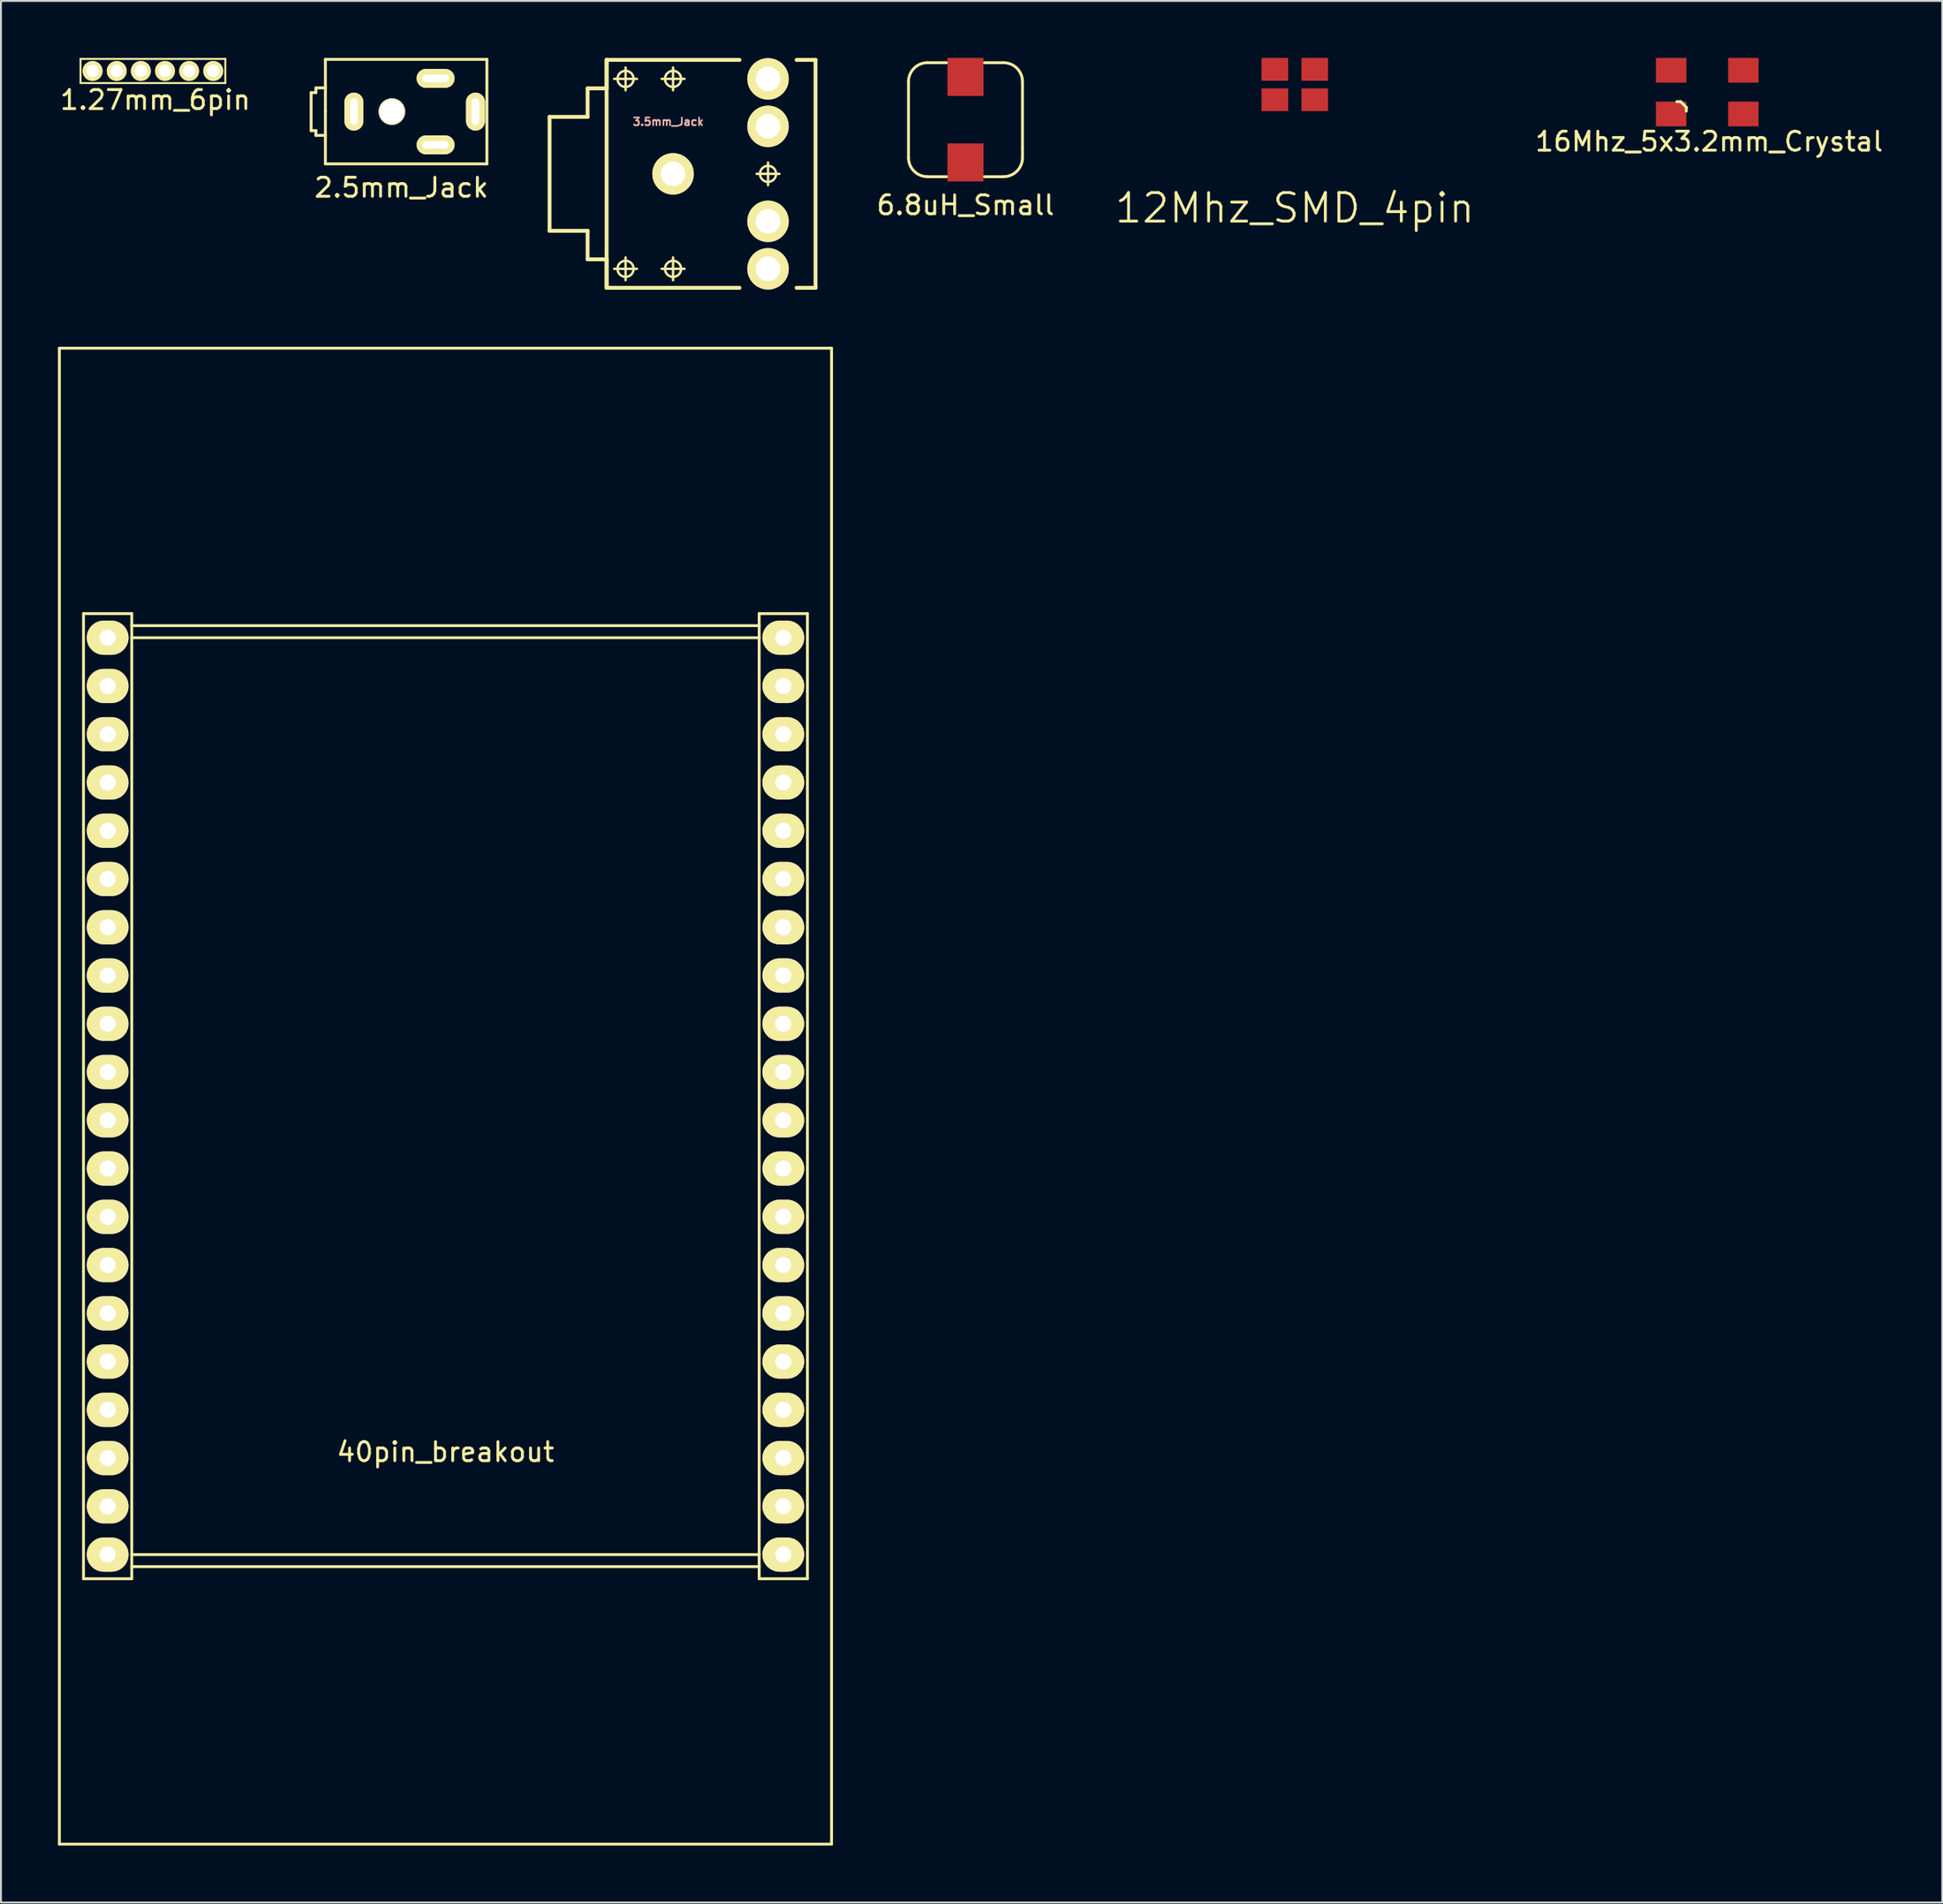
<source format=kicad_pcb>
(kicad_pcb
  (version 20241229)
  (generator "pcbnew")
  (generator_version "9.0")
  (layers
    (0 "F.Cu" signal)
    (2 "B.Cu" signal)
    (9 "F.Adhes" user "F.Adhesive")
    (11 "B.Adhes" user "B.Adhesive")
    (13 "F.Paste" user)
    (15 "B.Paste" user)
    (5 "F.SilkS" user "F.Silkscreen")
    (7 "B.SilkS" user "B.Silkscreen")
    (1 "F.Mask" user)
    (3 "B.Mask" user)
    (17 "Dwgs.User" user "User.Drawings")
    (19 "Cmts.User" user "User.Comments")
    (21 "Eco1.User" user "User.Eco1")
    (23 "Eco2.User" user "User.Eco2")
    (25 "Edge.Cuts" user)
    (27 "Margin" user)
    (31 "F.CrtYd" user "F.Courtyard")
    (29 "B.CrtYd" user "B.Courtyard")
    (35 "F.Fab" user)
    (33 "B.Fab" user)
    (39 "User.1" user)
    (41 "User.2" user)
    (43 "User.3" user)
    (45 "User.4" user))
  (footprint "3.5mm_Jack"
    (layer "F.Cu")
    (at 32.373 6.101)
    (property "Reference" "3.5mm_Jack" (at -0.254 -2.743 0) (layer "B.SilkS") (effects (font (size 0.406 0.406) (thickness 0.089))))
    (attr exclude_from_pos_files exclude_from_bom)
    (fp_line (start -6.5 -3) (end -6.5 3) (stroke (width 0.203) (type solid)) (layer "F.SilkS"))
    (fp_line (start -6.5 -3) (end -4.498 -3) (stroke (width 0.203) (type solid)) (layer "F.SilkS"))
    (fp_line (start -6.5 3) (end -4.498 3) (stroke (width 0.203) (type solid)) (layer "F.SilkS"))
    (fp_line (start -4.498 -4.498) (end -4.498 -3) (stroke (width 0.203) (type solid)) (layer "F.SilkS"))
    (fp_line (start -4.498 -4.498) (end -3.498 -4.498) (stroke (width 0.203) (type solid)) (layer "F.SilkS"))
    (fp_line (start -4.498 3) (end -4.498 4.498) (stroke (width 0.203) (type solid)) (layer "F.SilkS"))
    (fp_line (start -4.498 4.498) (end -3.498 4.498) (stroke (width 0.203) (type solid)) (layer "F.SilkS"))
    (fp_line (start -3.498 -5.999) (end -3.498 -4.498) (stroke (width 0.203) (type solid)) (layer "F.SilkS"))
    (fp_line (start -3.498 -5.999) (end -3.498 5.999) (stroke (width 0.203) (type solid)) (layer "F.SilkS"))
    (fp_line (start -3.498 -5.999) (end 3.498 -5.999) (stroke (width 0.203) (type solid)) (layer "F.SilkS"))
    (fp_line (start -3.498 4.498) (end -3.498 5.999) (stroke (width 0.203) (type solid)) (layer "F.SilkS"))
    (fp_line (start -3.498 5.999) (end 3.498 5.999) (stroke (width 0.203) (type solid)) (layer "F.SilkS"))
    (fp_line (start -3.099 -4.999) (end -1.9 -4.999) (stroke (width 0.127) (type solid)) (layer "F.SilkS"))
    (fp_line (start -3.099 4.999) (end -1.9 4.999) (stroke (width 0.127) (type solid)) (layer "F.SilkS"))
    (fp_line (start -2.499 -4.399) (end -2.499 -5.598) (stroke (width 0.127) (type solid)) (layer "F.SilkS"))
    (fp_line (start -2.499 5.598) (end -2.499 4.399) (stroke (width 0.127) (type solid)) (layer "F.SilkS"))
    (fp_line (start -0.599 -4.999) (end 0.599 -4.999) (stroke (width 0.127) (type solid)) (layer "F.SilkS"))
    (fp_line (start -0.599 4.999) (end 0.599 4.999) (stroke (width 0.127) (type solid)) (layer "F.SilkS"))
    (fp_line (start 0 -4.399) (end 0 -5.598) (stroke (width 0.127) (type solid)) (layer "F.SilkS"))
    (fp_line (start 0 5.598) (end 0 4.399) (stroke (width 0.127) (type solid)) (layer "F.SilkS"))
    (fp_line (start 4.399 0) (end 5.598 0) (stroke (width 0.127) (type solid)) (layer "F.SilkS"))
    (fp_line (start 4.999 0.599) (end 4.999 -0.599) (stroke (width 0.127) (type solid)) (layer "F.SilkS"))
    (fp_line (start 7.498 -5.999) (end 6.5 -5.999) (stroke (width 0.203) (type solid)) (layer "F.SilkS"))
    (fp_line (start 7.498 -5.999) (end 7.498 5.999) (stroke (width 0.203) (type solid)) (layer "F.SilkS"))
    (fp_line (start 7.498 5.999) (end 6.5 5.999) (stroke (width 0.203) (type solid)) (layer "F.SilkS"))
    (fp_circle (center -2.499 -4.999) (end -2.799 -5.298) (stroke (width 0.127) (type solid)) (fill no) (layer "F.SilkS"))
    (fp_circle (center -2.499 4.999) (end -2.799 5.298) (stroke (width 0.127) (type solid)) (fill no) (layer "F.SilkS"))
    (fp_circle (center 0 -4.999) (end -0.3 -5.298) (stroke (width 0.127) (type solid)) (fill no) (layer "F.SilkS"))
    (fp_circle (center 0 4.999) (end -0.3 5.298) (stroke (width 0.127) (type solid)) (fill no) (layer "F.SilkS"))
    (fp_circle (center 4.999 0) (end 5.298 0.3) (stroke (width 0.127) (type solid)) (fill no) (layer "F.SilkS"))
    (pad "1" thru_hole circle (at 0 0) (size 2.182 2.182) (drill 1.298) (layers "*.Cu" "*.Mask" "F.SilkS" "F.Paste"))
    (pad "2" thru_hole circle (at 4.999 -4.999) (size 2.182 2.182) (drill 1.298) (layers "*.Cu" "*.Mask" "F.SilkS" "F.Paste"))
    (pad "3" thru_hole circle (at 4.999 -2.499) (size 2.182 2.182) (drill 1.298) (layers "*.Cu" "*.Mask" "F.SilkS" "F.Paste"))
    (pad "4" thru_hole circle (at 4.999 2.499) (size 2.182 2.182) (drill 1.298) (layers "*.Cu" "*.Mask" "F.SilkS" "F.Paste"))
    (pad "5" thru_hole circle (at 4.999 4.999) (size 2.182 2.182) (drill 1.298) (layers "*.Cu" "*.Mask" "F.SilkS" "F.Paste")))
  (footprint "40pin_breakout"
    (layer "F.Cu")
    (at 20.395 53.377)
    (property "Reference" "40pin_breakout" (at 0 20 0) (layer "F.SilkS") (effects (font (size 1 1) (thickness 0.15))))
    (attr through_hole)
    (fp_line (start -20.32 -38.1) (end -20.32 40.64) (stroke (width 0.15) (type solid)) (layer "F.SilkS"))
    (fp_line (start -20.32 -38.1) (end 20.32 -38.1) (stroke (width 0.15) (type solid)) (layer "F.SilkS"))
    (fp_line (start -20.32 40.64) (end 20.32 40.64) (stroke (width 0.15) (type solid)) (layer "F.SilkS"))
    (fp_line (start -19.05 -24.13) (end -19.05 26.67) (stroke (width 0.15) (type solid)) (layer "F.SilkS"))
    (fp_line (start -19.05 26.67) (end -16.51 26.67) (stroke (width 0.15) (type solid)) (layer "F.SilkS"))
    (fp_line (start -16.51 -24.13) (end -19.05 -24.13) (stroke (width 0.15) (type solid)) (layer "F.SilkS"))
    (fp_line (start -16.51 -23.495) (end 16.51 -23.495) (stroke (width 0.15) (type solid)) (layer "F.SilkS"))
    (fp_line (start -16.51 -22.86) (end 16.51 -22.86) (stroke (width 0.15) (type solid)) (layer "F.SilkS"))
    (fp_line (start -16.51 26.035) (end 16.51 26.035) (stroke (width 0.15) (type solid)) (layer "F.SilkS"))
    (fp_line (start -16.51 26.67) (end -16.51 -24.13) (stroke (width 0.15) (type solid)) (layer "F.SilkS"))
    (fp_line (start 16.51 -24.13) (end 16.51 26.67) (stroke (width 0.15) (type solid)) (layer "F.SilkS"))
    (fp_line (start 16.51 25.4) (end -16.51 25.4) (stroke (width 0.15) (type solid)) (layer "F.SilkS"))
    (fp_line (start 16.51 26.67) (end 19.05 26.67) (stroke (width 0.15) (type solid)) (layer "F.SilkS"))
    (fp_line (start 19.05 -24.13) (end 16.51 -24.13) (stroke (width 0.15) (type solid)) (layer "F.SilkS"))
    (fp_line (start 19.05 26.67) (end 19.05 -24.13) (stroke (width 0.15) (type solid)) (layer "F.SilkS"))
    (fp_line (start 20.32 40.64) (end 20.32 -38.1) (stroke (width 0.15) (type solid)) (layer "F.SilkS"))
    (pad "1" thru_hole oval (at -17.78 -22.86) (size 2.2 1.8) (drill 0.85) (layers "*.Cu" "*.Mask" "F.SilkS"))
    (pad "2" thru_hole oval (at -17.78 -20.32) (size 2.2 1.8) (drill 0.85) (layers "*.Cu" "*.Mask" "F.SilkS"))
    (pad "3" thru_hole oval (at -17.78 -17.78) (size 2.2 1.8) (drill 0.85) (layers "*.Cu" "*.Mask" "F.SilkS"))
    (pad "4" thru_hole oval (at -17.78 -15.24) (size 2.2 1.8) (drill 0.85) (layers "*.Cu" "*.Mask" "F.SilkS"))
    (pad "5" thru_hole oval (at -17.78 -12.7) (size 2.2 1.8) (drill 0.85) (layers "*.Cu" "*.Mask" "F.SilkS"))
    (pad "6" thru_hole oval (at -17.78 -10.16) (size 2.2 1.8) (drill 0.85) (layers "*.Cu" "*.Mask" "F.SilkS"))
    (pad "7" thru_hole oval (at -17.78 -7.62) (size 2.2 1.8) (drill 0.85) (layers "*.Cu" "*.Mask" "F.SilkS"))
    (pad "8" thru_hole oval (at -17.78 -5.08) (size 2.2 1.8) (drill 0.85) (layers "*.Cu" "*.Mask" "F.SilkS"))
    (pad "9" thru_hole oval (at -17.78 -2.54) (size 2.2 1.8) (drill 0.85) (layers "*.Cu" "*.Mask" "F.SilkS"))
    (pad "10" thru_hole oval (at -17.78 0) (size 2.2 1.8) (drill 0.85) (layers "*.Cu" "*.Mask" "F.SilkS"))
    (pad "11" thru_hole oval (at -17.78 2.54) (size 2.2 1.8) (drill 0.85) (layers "*.Cu" "*.Mask" "F.SilkS"))
    (pad "12" thru_hole oval (at -17.78 5.08) (size 2.2 1.8) (drill 0.85) (layers "*.Cu" "*.Mask" "F.SilkS"))
    (pad "13" thru_hole oval (at -17.78 7.62) (size 2.2 1.8) (drill 0.85) (layers "*.Cu" "*.Mask" "F.SilkS"))
    (pad "14" thru_hole oval (at -17.78 10.16) (size 2.2 1.8) (drill 0.85) (layers "*.Cu" "*.Mask" "F.SilkS"))
    (pad "15" thru_hole oval (at -17.78 12.7) (size 2.2 1.8) (drill 0.85) (layers "*.Cu" "*.Mask" "F.SilkS"))
    (pad "16" thru_hole oval (at -17.78 15.24) (size 2.2 1.8) (drill 0.85) (layers "*.Cu" "*.Mask" "F.SilkS"))
    (pad "17" thru_hole oval (at -17.78 17.78) (size 2.2 1.8) (drill 0.85) (layers "*.Cu" "*.Mask" "F.SilkS"))
    (pad "18" thru_hole oval (at -17.78 20.32) (size 2.2 1.8) (drill 0.85) (layers "*.Cu" "*.Mask" "F.SilkS"))
    (pad "19" thru_hole oval (at -17.78 22.86) (size 2.2 1.8) (drill 0.85) (layers "*.Cu" "*.Mask" "F.SilkS"))
    (pad "20" thru_hole oval (at -17.78 25.4) (size 2.2 1.8) (drill 0.85) (layers "*.Cu" "*.Mask" "F.SilkS"))
    (pad "21" thru_hole oval (at 17.78 25.4) (size 2.2 1.8) (drill 0.85) (layers "*.Cu" "*.Mask" "F.SilkS"))
    (pad "22" thru_hole oval (at 17.78 22.86) (size 2.2 1.8) (drill 0.85) (layers "*.Cu" "*.Mask" "F.SilkS"))
    (pad "23" thru_hole oval (at 17.78 20.32) (size 2.2 1.8) (drill 0.85) (layers "*.Cu" "*.Mask" "F.SilkS"))
    (pad "24" thru_hole oval (at 17.78 17.78) (size 2.2 1.8) (drill 0.85) (layers "*.Cu" "*.Mask" "F.SilkS"))
    (pad "25" thru_hole oval (at 17.78 15.24) (size 2.2 1.8) (drill 0.85) (layers "*.Cu" "*.Mask" "F.SilkS"))
    (pad "26" thru_hole oval (at 17.78 12.7) (size 2.2 1.8) (drill 0.85) (layers "*.Cu" "*.Mask" "F.SilkS"))
    (pad "27" thru_hole oval (at 17.78 10.16) (size 2.2 1.8) (drill 0.85) (layers "*.Cu" "*.Mask" "F.SilkS"))
    (pad "28" thru_hole oval (at 17.78 7.62) (size 2.2 1.8) (drill 0.85) (layers "*.Cu" "*.Mask" "F.SilkS"))
    (pad "29" thru_hole oval (at 17.78 5.08) (size 2.2 1.8) (drill 0.85) (layers "*.Cu" "*.Mask" "F.SilkS"))
    (pad "30" thru_hole oval (at 17.78 2.54) (size 2.2 1.8) (drill 0.85) (layers "*.Cu" "*.Mask" "F.SilkS"))
    (pad "31" thru_hole oval (at 17.78 0) (size 2.2 1.8) (drill 0.85) (layers "*.Cu" "*.Mask" "F.SilkS"))
    (pad "32" thru_hole oval (at 17.78 -2.54) (size 2.2 1.8) (drill 0.85) (layers "*.Cu" "*.Mask" "F.SilkS"))
    (pad "33" thru_hole oval (at 17.78 -5.08) (size 2.2 1.8) (drill 0.85) (layers "*.Cu" "*.Mask" "F.SilkS"))
    (pad "34" thru_hole oval (at 17.78 -7.62) (size 2.2 1.8) (drill 0.85) (layers "*.Cu" "*.Mask" "F.SilkS"))
    (pad "35" thru_hole oval (at 17.78 -10.16) (size 2.2 1.8) (drill 0.85) (layers "*.Cu" "*.Mask" "F.SilkS"))
    (pad "36" thru_hole oval (at 17.78 -12.7) (size 2.2 1.8) (drill 0.85) (layers "*.Cu" "*.Mask" "F.SilkS"))
    (pad "37" thru_hole oval (at 17.78 -15.24) (size 2.2 1.8) (drill 0.85) (layers "*.Cu" "*.Mask" "F.SilkS"))
    (pad "38" thru_hole oval (at 17.78 -17.78) (size 2.2 1.8) (drill 0.85) (layers "*.Cu" "*.Mask" "F.SilkS"))
    (pad "39" thru_hole oval (at 17.78 -20.32) (size 2.2 1.8) (drill 0.85) (layers "*.Cu" "*.Mask" "F.SilkS"))
    (pad "40" thru_hole oval (at 17.78 -22.86) (size 2.2 1.8) (drill 0.85) (layers "*.Cu" "*.Mask" "F.SilkS")))
  (footprint "2.5mm_Jack"
    (layer "F.Cu")
    (at 14.075 2.825)
    (property "Reference" "2.5mm_Jack" (at 4 4 0) (layer "F.SilkS") (effects (font (size 1 1) (thickness 0.15))))
    (attr through_hole)
    (fp_line (start -0.75 -1) (end -0.75 1) (stroke (width 0.15) (type solid)) (layer "F.SilkS"))
    (fp_line (start -0.75 1) (end -0.5 1) (stroke (width 0.15) (type solid)) (layer "F.SilkS"))
    (fp_line (start -0.5 -1.25) (end -0.5 -1) (stroke (width 0.15) (type solid)) (layer "F.SilkS"))
    (fp_line (start -0.5 -1) (end -0.75 -1) (stroke (width 0.15) (type solid)) (layer "F.SilkS"))
    (fp_line (start -0.5 1) (end -0.5 1.25) (stroke (width 0.15) (type solid)) (layer "F.SilkS"))
    (fp_line (start -0.5 1.25) (end 0 1.25) (stroke (width 0.15) (type solid)) (layer "F.SilkS"))
    (fp_line (start 0 -2.75) (end 0 0) (stroke (width 0.15) (type solid)) (layer "F.SilkS"))
    (fp_line (start 0 -1.25) (end -0.5 -1.25) (stroke (width 0.15) (type solid)) (layer "F.SilkS"))
    (fp_line (start 0 2.75) (end 0 0) (stroke (width 0.15) (type solid)) (layer "F.SilkS"))
    (fp_line (start 8.5 -2.75) (end 0 -2.75) (stroke (width 0.15) (type solid)) (layer "F.SilkS"))
    (fp_line (start 8.5 2.75) (end 0 2.75) (stroke (width 0.15) (type solid)) (layer "F.SilkS"))
    (fp_line (start 8.5 2.75) (end 8.5 -2.75) (stroke (width 0.15) (type solid)) (layer "F.SilkS"))
    (pad "" thru_hole circle (at 3.5 0) (size 1.4 1.4) (drill 1.3) (layers "*.Cu" "*.Mask" "F.SilkS"))
    (pad "1" thru_hole oval (at 1.5 0) (size 1 2) (drill oval 0.4 1.4) (layers "*.Cu" "*.Mask" "F.SilkS"))
    (pad "2" thru_hole oval (at 5.8 1.75) (size 2 1) (drill oval 1.4 0.4) (layers "*.Cu" "*.Mask" "F.SilkS"))
    (pad "3" thru_hole oval (at 5.8 -1.75) (size 2 1) (drill oval 1.4 0.4) (layers "*.Cu" "*.Mask" "F.SilkS"))
    (pad "4" thru_hole oval (at 7.9 0) (size 1 2) (drill oval 0.4 1.4) (layers "*.Cu" "*.Mask" "F.SilkS")))
  (footprint "1.27mm_6pin"
    (layer "F.Cu")
    (at 1.823 0.686)
    (property "Reference" "1.27mm_6pin" (at 3.302 1.524 0) (layer "F.SilkS") (effects (font (size 1 1) (thickness 0.15))))
    (attr through_hole)
    (fp_line (start -0.635 -0.635) (end -0.635 0.635) (stroke (width 0.102) (type solid)) (layer "F.SilkS"))
    (fp_line (start -0.635 0.635) (end 6.985 0.635) (stroke (width 0.102) (type solid)) (layer "F.SilkS"))
    (fp_line (start 6.985 -0.635) (end -0.635 -0.635) (stroke (width 0.102) (type solid)) (layer "F.SilkS"))
    (fp_line (start 6.985 0.635) (end 6.985 -0.635) (stroke (width 0.102) (type solid)) (layer "F.SilkS"))
    (pad "1" thru_hole circle (at 0 0) (size 1.05 1.05) (drill 0.65) (layers "*.Cu" "*.Mask" "F.SilkS"))
    (pad "2" thru_hole circle (at 1.27 0) (size 1.05 1.05) (drill 0.65) (layers "*.Cu" "*.Mask" "F.SilkS"))
    (pad "3" thru_hole circle (at 2.54 0) (size 1.05 1.05) (drill 0.65) (layers "*.Cu" "*.Mask" "F.SilkS"))
    (pad "4" thru_hole circle (at 3.81 0) (size 1.05 1.05) (drill 0.65) (layers "*.Cu" "*.Mask" "F.SilkS"))
    (pad "5" thru_hole circle (at 5.08 0) (size 1.05 1.05) (drill 0.65) (layers "*.Cu" "*.Mask" "F.SilkS"))
    (pad "6" thru_hole circle (at 6.35 0) (size 1.05 1.05) (drill 0.65) (layers "*.Cu" "*.Mask" "F.SilkS")))
  (footprint "6.8uH_Small"
    (layer "F.Cu")
    (at 47.764 3.25)
    (property "Reference" "6.8uH_Small" (at 0 4.5 0) (layer "F.SilkS") (effects (font (size 1 1) (thickness 0.15))))
    (attr through_hole)
    (fp_line (start -3 -2) (end -3 2) (stroke (width 0.15) (type solid)) (layer "F.SilkS"))
    (fp_line (start -2 -3) (end -1 -3) (stroke (width 0.15) (type solid)) (layer "F.SilkS"))
    (fp_line (start -1 3) (end -2 3) (stroke (width 0.15) (type solid)) (layer "F.SilkS"))
    (fp_line (start 1 -3) (end 2 -3) (stroke (width 0.15) (type solid)) (layer "F.SilkS"))
    (fp_line (start 1 3) (end 2 3) (stroke (width 0.15) (type solid)) (layer "F.SilkS"))
    (fp_line (start 3 -2) (end 3 1.5) (stroke (width 0.15) (type solid)) (layer "F.SilkS"))
    (fp_line (start 3 2) (end 3 1.5) (stroke (width 0.15) (type solid)) (layer "F.SilkS"))
    (fp_arc (start -3 -2) (mid -2.707107 -2.707107) (end -2 -3) (stroke (width 0.15) (type solid)) (layer "F.SilkS"))
    (fp_arc (start -2 3) (mid -2.707107 2.707107) (end -3 2) (stroke (width 0.15) (type solid)) (layer "F.SilkS"))
    (fp_arc (start 2 -3) (mid 2.707107 -2.707107) (end 3 -2) (stroke (width 0.15) (type solid)) (layer "F.SilkS"))
    (fp_arc (start 3 2) (mid 2.707107 2.707107) (end 2 3) (stroke (width 0.15) (type solid)) (layer "F.SilkS"))
    (pad "1" smd rect (at 0 -2.25) (size 1.9 2) (layers "F.Cu" "F.Mask" "F.Paste"))
    (pad "2" smd rect (at 0 2.25) (size 1.9 2) (layers "*.Mask" "F.Cu" "F.Paste")))
  (footprint "12Mhz_SMD_4pin"
    (layer "F.Cu")
    (at 65.095 1.4)
    (property "Reference" "12Mhz_SMD_4pin" (at 0 6.5 0) (layer "F.SilkS") (effects (font (size 1.5 1.5) (thickness 0.15))))
    (attr through_hole)
    (pad "1" smd rect (at -1.05 0.8) (size 1.4 1.2) (layers "F.Cu" "F.Mask" "F.Paste"))
    (pad "2" smd rect (at 1.05 0.8) (size 1.4 1.2) (layers "F.Cu" "F.Mask" "F.Paste"))
    (pad "3" smd rect (at 1.05 -0.8) (size 1.4 1.2) (layers "F.Cu" "F.Mask" "F.Paste"))
    (pad "4" smd rect (at -1.05 -0.8) (size 1.4 1.2) (layers "F.Cu" "F.Mask" "F.Paste")))
  (footprint "16Mhz_5x3.2mm_Crystal"
    (layer "F.Cu")
    (at 86.802 1.8)
    (property "Reference" "16Mhz_5x3.2mm_Crystal" (at 0.1 2.6 0) (layer "F.SilkS") (effects (font (size 1 1) (thickness 0.15))))
    (attr through_hole)
    (fp_line (start -1.4 0.5) (end -1.6 0.5) (stroke (width 0.15) (type solid)) (layer "F.SilkS"))
    (fp_line (start -1.4 0.5) (end -1.1 0.8) (stroke (width 0.15) (type solid)) (layer "F.SilkS"))
    (fp_line (start -1.1 0.8) (end -1.1 1) (stroke (width 0.15) (type solid)) (layer "F.SilkS"))
    (pad "1" smd rect (at -1.9 1.15) (size 1.6 1.3) (layers "F.Cu" "F.Mask" "F.Paste"))
    (pad "2" smd rect (at 1.9 1.15) (size 1.6 1.3) (layers "F.Cu" "F.Mask" "F.Paste"))
    (pad "3" smd rect (at 1.9 -1.15) (size 1.6 1.3) (layers "F.Cu" "F.Mask" "F.Paste"))
    (pad "4" smd rect (at -1.9 -1.15) (size 1.6 1.3) (layers "F.Cu" "F.Mask" "F.Paste")))
  (gr_rect
    (start -3 -3)
    (end 99.17 97.092)
    (stroke (width 0.1) (type default))
    (fill no)
    (layer "Edge.Cuts")))
</source>
